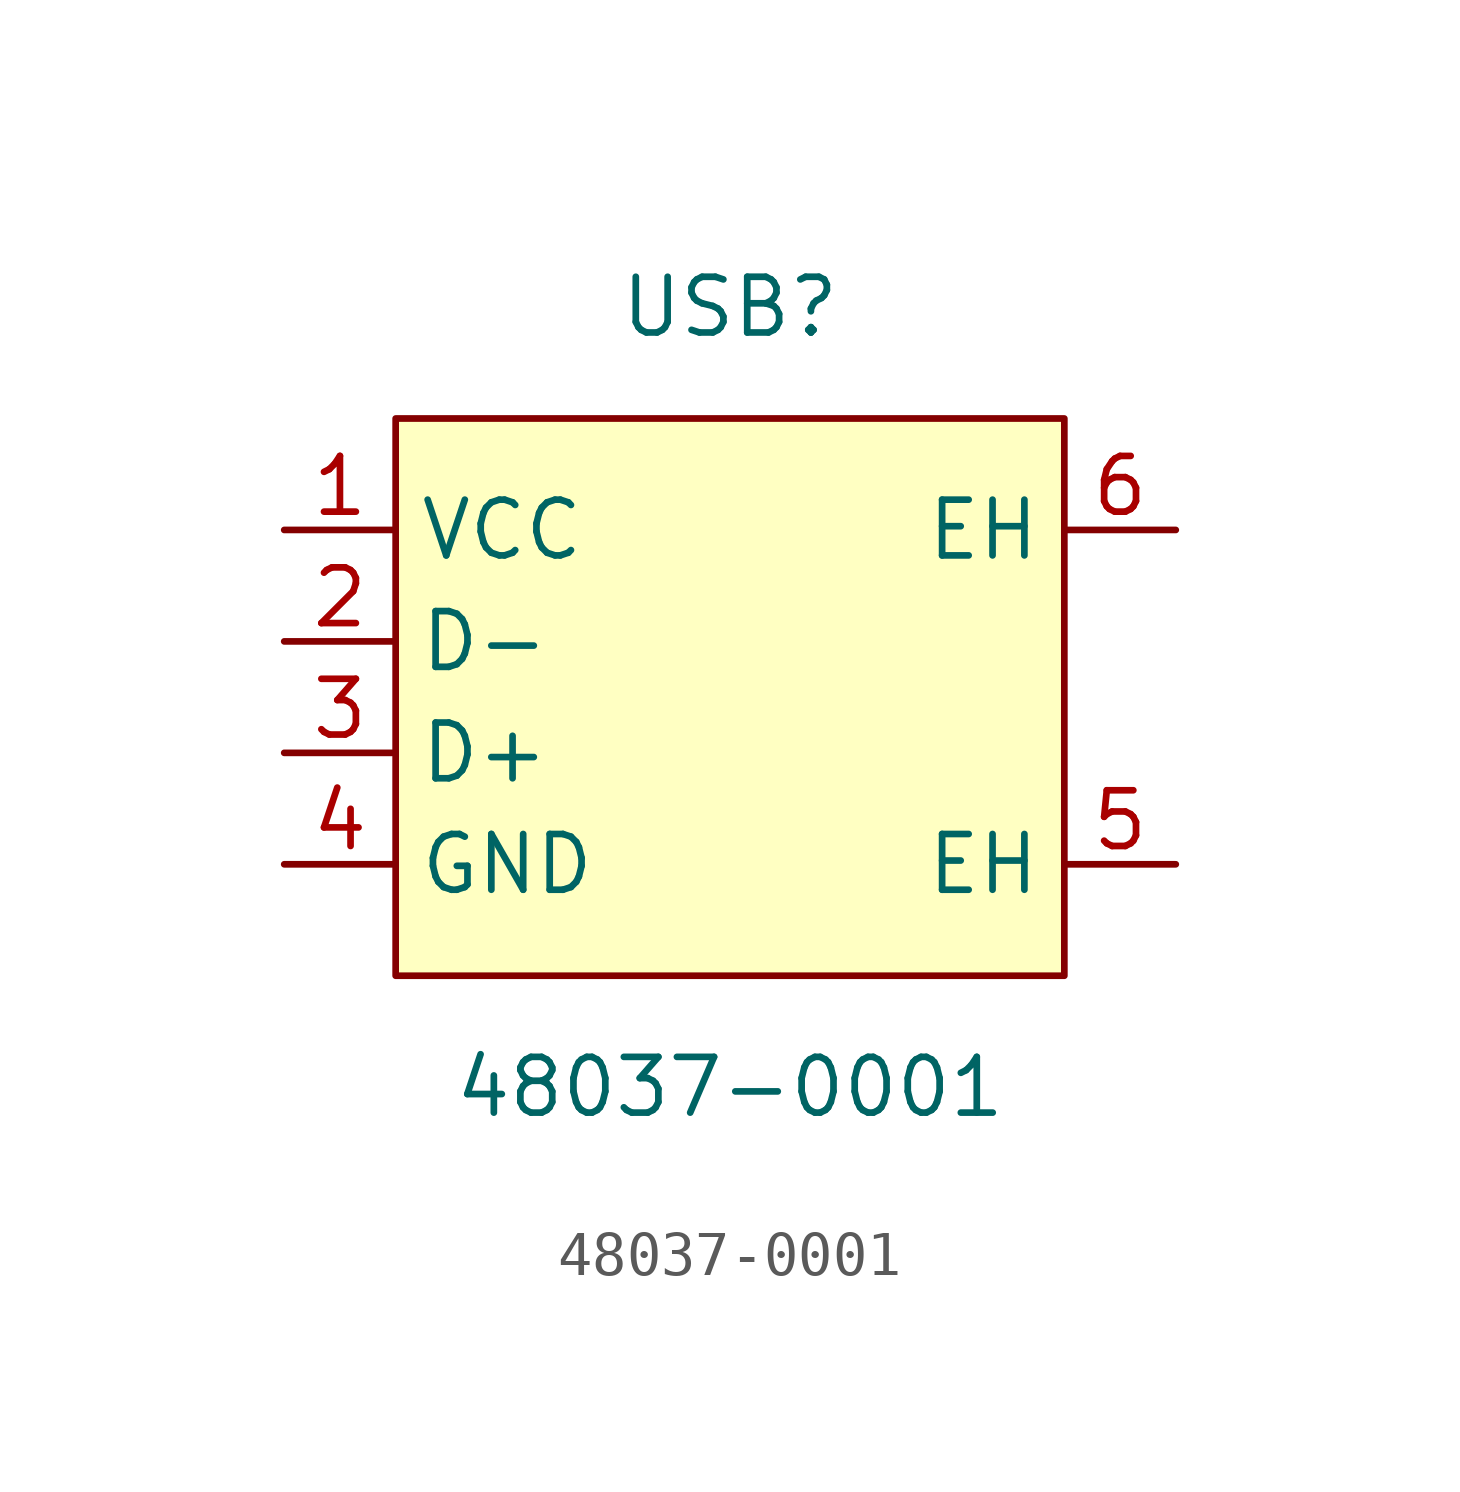
<source format=kicad_sym>
(kicad_symbol_lib
  (version 20211014)
  (generator kicad_symbol_editor)
  (symbol "48037-0001"
    (property "Reference" "USB"
      (at 0 10.16 0)
      (effects (font (size 1.27 1.27))))
    (property "Value" "48037-0001"
      (at 0 -7.62 0)
      (effects (font (size 1.27 1.27))))
    (symbol "48037-0001_0_1"
      (rectangle (start -7.62 7.62) (end 7.62 -5.08) (stroke (width 0) (type default) (color 0 0 0 0)) (fill (type background)))
      (pin input line (at -10.16 5.08 0) (length 2.54) (name "VCC" (effects (font (size 1.27 1.27)))) (number "1" (effects (font (size 1.27 1.27)))))
      (pin input line (at -10.16 2.54 0) (length 2.54) (name "D-" (effects (font (size 1.27 1.27)))) (number "2" (effects (font (size 1.27 1.27)))))
      (pin input line (at -10.16 0 0) (length 2.54) (name "D+" (effects (font (size 1.27 1.27)))) (number "3" (effects (font (size 1.27 1.27)))))
      (pin input line (at -10.16 -2.54 0) (length 2.54) (name "GND" (effects (font (size 1.27 1.27)))) (number "4" (effects (font (size 1.27 1.27)))))
      (pin unspecified line (at 10.16 -2.54 180) (length 2.54) (name "EH" (effects (font (size 1.27 1.27)))) (number "5" (effects (font (size 1.27 1.27)))))
      (pin unspecified line (at 10.16 5.08 180) (length 2.54) (name "EH" (effects (font (size 1.27 1.27)))) (number "6" (effects (font (size 1.27 1.27))))))))
</source>
